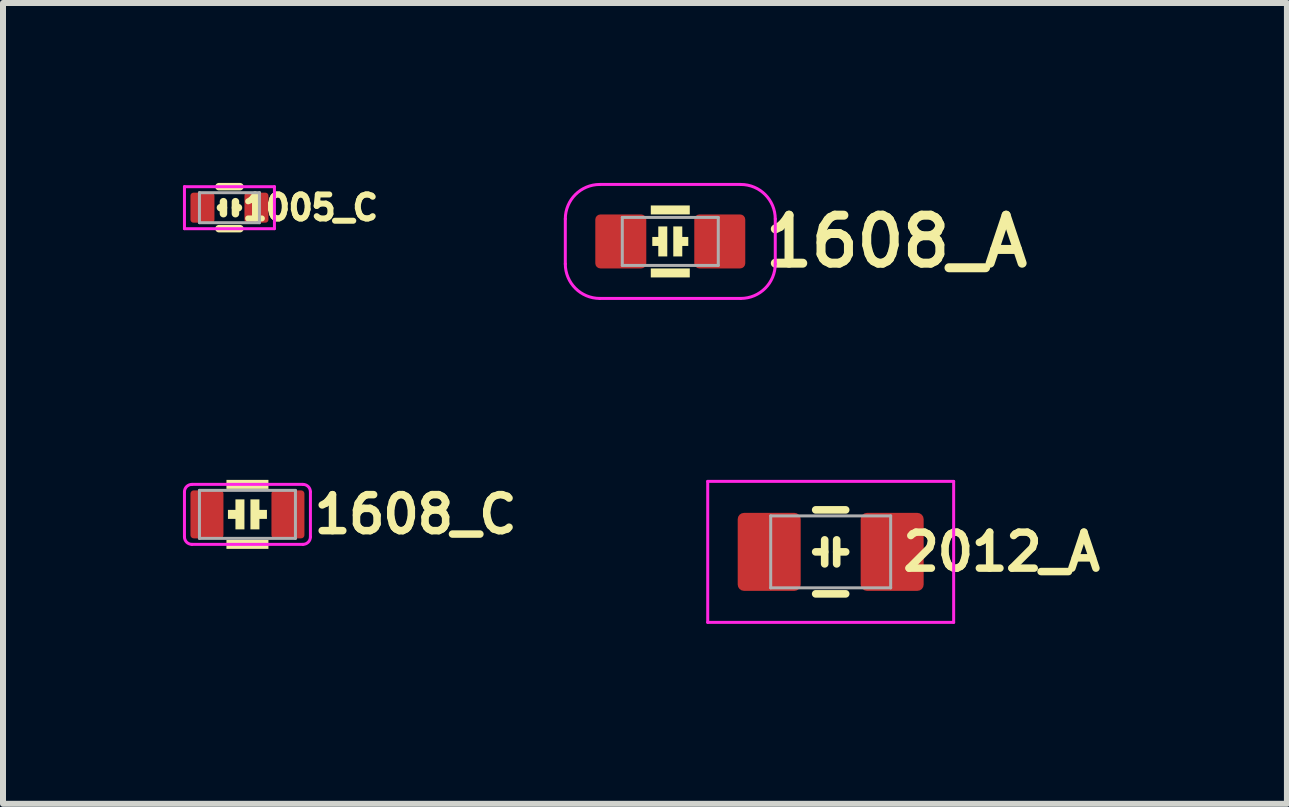
<source format=kicad_pcb>
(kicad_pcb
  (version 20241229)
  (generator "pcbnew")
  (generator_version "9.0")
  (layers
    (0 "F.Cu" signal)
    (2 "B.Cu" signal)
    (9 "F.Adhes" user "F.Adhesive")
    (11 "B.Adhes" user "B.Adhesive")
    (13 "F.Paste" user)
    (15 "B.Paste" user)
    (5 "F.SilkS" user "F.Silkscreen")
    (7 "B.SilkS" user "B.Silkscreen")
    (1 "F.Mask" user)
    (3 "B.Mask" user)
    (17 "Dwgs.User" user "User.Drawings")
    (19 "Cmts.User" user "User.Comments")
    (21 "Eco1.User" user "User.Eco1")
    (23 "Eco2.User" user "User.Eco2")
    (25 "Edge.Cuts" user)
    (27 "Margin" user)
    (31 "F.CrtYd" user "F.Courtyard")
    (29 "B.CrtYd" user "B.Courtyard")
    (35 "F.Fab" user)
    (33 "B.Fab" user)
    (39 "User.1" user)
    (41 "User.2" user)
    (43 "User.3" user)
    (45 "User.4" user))
  (footprint "1608_A"
    (layer "F.Cu")
    (at 8.124 0.975)
    (property "Reference" "1608_A" (at 1.5 0 0) (layer "F.SilkS") (effects (font (size 0.8 0.8) (thickness 0.15)) (justify left)))
    (attr smd)
    (fp_poly (pts (xy 0.325 -0.45) (xy -0.325 -0.45) (xy -0.325 -0.6) (xy 0.325 -0.6)) (stroke (width 0) (type solid)) (fill yes) (layer "F.SilkS"))
    (fp_poly (pts (xy 0.325 0.6) (xy -0.325 0.6) (xy -0.325 0.45) (xy 0.325 0.45)) (stroke (width 0) (type solid)) (fill yes) (layer "F.SilkS"))
    (fp_poly (pts (xy -0.2 0.075) (xy -0.3 0.075) (xy -0.3 -0.075) (xy -0.2 -0.075) (xy -0.2 -0.25) (xy -0.05 -0.25) (xy -0.05 0.25) (xy -0.2 0.25)) (stroke (width 0) (type solid)) (fill yes) (layer "F.SilkS"))
    (fp_poly (pts (xy 0.2 -0.075) (xy 0.3 -0.075) (xy 0.3 0.075) (xy 0.2 0.075) (xy 0.2 0.25) (xy 0.05 0.25) (xy 0.05 -0.25) (xy 0.2 -0.25)) (stroke (width 0) (type solid)) (fill yes) (layer "F.SilkS"))
    (fp_line (start -1.75 0.375) (end -1.75 -0.375) (stroke (width 0.05) (type solid)) (layer "F.CrtYd"))
    (fp_line (start -1.175 -0.95) (end 1.175 -0.95) (stroke (width 0.05) (type solid)) (layer "F.CrtYd"))
    (fp_line (start 1.175 0.95) (end -1.175 0.95) (stroke (width 0.05) (type solid)) (layer "F.CrtYd"))
    (fp_line (start 1.75 -0.375) (end 1.75 0.375) (stroke (width 0.05) (type solid)) (layer "F.CrtYd"))
    (fp_arc (start -1.75 -0.375) (mid -1.581586 -0.781586) (end -1.175 -0.95) (stroke (width 0.05) (type solid)) (layer "F.CrtYd"))
    (fp_arc (start -1.175 0.95) (mid -1.581586 0.781586) (end -1.75 0.375) (stroke (width 0.05) (type solid)) (layer "F.CrtYd"))
    (fp_arc (start 1.175 -0.95) (mid 1.581586 -0.781586) (end 1.75 -0.375) (stroke (width 0.05) (type solid)) (layer "F.CrtYd"))
    (fp_arc (start 1.75 0.375) (mid 1.581586 0.781586) (end 1.175 0.95) (stroke (width 0.05) (type solid)) (layer "F.CrtYd"))
    (fp_line (start -0.8 -0.4) (end 0.8 -0.4) (stroke (width 0.05) (type solid)) (layer "F.Fab"))
    (fp_line (start -0.8 0.4) (end -0.8 -0.4) (stroke (width 0.05) (type solid)) (layer "F.Fab"))
    (fp_line (start 0.8 -0.4) (end 0.8 0.4) (stroke (width 0.05) (type solid)) (layer "F.Fab"))
    (fp_line (start 0.8 0.4) (end -0.8 0.4) (stroke (width 0.05) (type solid)) (layer "F.Fab"))
    (pad "1" smd roundrect (at -0.825 0) (size 0.85 0.9) (layers "F.Cu" "F.Mask" "F.Paste") (roundrect_rratio 0.1))
    (pad "2" smd roundrect (at 0.825 0) (size 0.85 0.9) (layers "F.Cu" "F.Mask" "F.Paste") (roundrect_rratio 0.1)))
  (footprint "2012_A"
    (layer "F.Cu")
    (at 10.798 6.15)
    (property "Reference" "2012_A" (at 2.85 0 0) (layer "F.SilkS") (effects (font (size 0.6 0.6) (thickness 0.125))))
    (attr smd)
    (fp_line (start -0.25 -0.7) (end 0.25 -0.7) (stroke (width 0.127) (type solid)) (layer "F.SilkS"))
    (fp_line (start -0.25 0.7) (end 0.25 0.7) (stroke (width 0.127) (type solid)) (layer "F.SilkS"))
    (fp_line (start -0.1 -0.2) (end -0.1 0.2) (stroke (width 0.127) (type solid)) (layer "F.SilkS"))
    (fp_line (start -0.1 0) (end -0.25 0) (stroke (width 0.127) (type solid)) (layer "F.SilkS"))
    (fp_line (start 0.1 -0.2) (end 0.1 0.2) (stroke (width 0.127) (type solid)) (layer "F.SilkS"))
    (fp_line (start 0.1 0) (end 0.25 0) (stroke (width 0.127) (type solid)) (layer "F.SilkS"))
    (fp_line (start -2.05 -1.175) (end 2.05 -1.175) (stroke (width 0.05) (type solid)) (layer "F.CrtYd"))
    (fp_line (start -2.05 1.175) (end -2.05 -1.175) (stroke (width 0.05) (type solid)) (layer "F.CrtYd"))
    (fp_line (start 2.05 -1.175) (end 2.05 1.175) (stroke (width 0.05) (type solid)) (layer "F.CrtYd"))
    (fp_line (start 2.05 1.175) (end -2.05 1.175) (stroke (width 0.05) (type solid)) (layer "F.CrtYd"))
    (fp_line (start -1 -0.6) (end 1 -0.6) (stroke (width 0.05) (type solid)) (layer "F.Fab"))
    (fp_line (start -1 0.6) (end -1 -0.6) (stroke (width 0.05) (type solid)) (layer "F.Fab"))
    (fp_line (start 1 -0.6) (end 1 0.6) (stroke (width 0.05) (type solid)) (layer "F.Fab"))
    (fp_line (start 1 0.6) (end -1 0.6) (stroke (width 0.05) (type solid)) (layer "F.Fab"))
    (pad "1" smd roundrect (at -1.025 0) (size 1.05 1.3) (layers "F.Cu" "F.Mask" "F.Paste") (roundrect_rratio 0.1))
    (pad "2" smd roundrect (at 1.025 0) (size 1.05 1.3) (layers "F.Cu" "F.Mask" "F.Paste") (roundrect_rratio 0.1)))
  (footprint "1005_C"
    (layer "F.Cu")
    (at 0.775 0.412)
    (property "Reference" "1005_C" (at 1.35 0 0) (layer "F.SilkS") (effects (font (size 0.4 0.4) (thickness 0.1))))
    (attr smd)
    (fp_line (start -0.175 -0.35) (end 0.175 -0.35) (stroke (width 0.125) (type solid)) (layer "F.SilkS"))
    (fp_line (start -0.175 0.35) (end 0.175 0.35) (stroke (width 0.125) (type solid)) (layer "F.SilkS"))
    (fp_line (start -0.15 0) (end -0.1 0) (stroke (width 0.125) (type solid)) (layer "F.SilkS"))
    (fp_line (start -0.1 0.1) (end -0.1 -0.1) (stroke (width 0.125) (type solid)) (layer "F.SilkS"))
    (fp_line (start 0.1 -0.1) (end 0.1 0.1) (stroke (width 0.125) (type solid)) (layer "F.SilkS"))
    (fp_line (start 0.15 0) (end 0.1 0) (stroke (width 0.125) (type solid)) (layer "F.SilkS"))
    (fp_line (start -0.75 -0.35) (end 0.75 -0.35) (stroke (width 0.05) (type solid)) (layer "F.CrtYd"))
    (fp_line (start -0.75 0.35) (end -0.75 -0.35) (stroke (width 0.05) (type solid)) (layer "F.CrtYd"))
    (fp_line (start 0.75 -0.35) (end 0.75 0.35) (stroke (width 0.05) (type solid)) (layer "F.CrtYd"))
    (fp_line (start 0.75 0.35) (end -0.75 0.35) (stroke (width 0.05) (type solid)) (layer "F.CrtYd"))
    (fp_line (start -0.5 -0.25) (end 0.5 -0.25) (stroke (width 0.05) (type solid)) (layer "F.Fab"))
    (fp_line (start -0.5 0.25) (end -0.5 -0.25) (stroke (width 0.05) (type solid)) (layer "F.Fab"))
    (fp_line (start 0.5 -0.25) (end 0.5 0.25) (stroke (width 0.05) (type solid)) (layer "F.Fab"))
    (fp_line (start 0.5 0.25) (end -0.5 0.25) (stroke (width 0.05) (type solid)) (layer "F.Fab"))
    (pad "1" smd roundrect (at -0.45 0) (size 0.4 0.5) (layers "F.Cu" "F.Mask" "F.Paste") (roundrect_rratio 0.125))
    (pad "2" smd roundrect (at 0.45 0) (size 0.4 0.5) (layers "F.Cu" "F.Mask" "F.Paste") (roundrect_rratio 0.125)))
  (footprint "1608_C"
    (layer "F.Cu")
    (at 1.075 5.525)
    (property "Reference" "1608_C" (at 1.05 0 0) (layer "F.SilkS") (effects (font (size 0.6 0.6) (thickness 0.125)) (justify left)))
    (attr smd)
    (fp_poly (pts (xy 0.35 -0.425) (xy -0.35 -0.425) (xy -0.35 -0.575) (xy 0.35 -0.575)) (stroke (width 0) (type solid)) (fill yes) (layer "F.SilkS"))
    (fp_poly (pts (xy 0.35 0.575) (xy -0.35 0.575) (xy -0.35 0.425) (xy 0.35 0.425)) (stroke (width 0) (type solid)) (fill yes) (layer "F.SilkS"))
    (fp_poly (pts (xy -0.2 0.075) (xy -0.325 0.075) (xy -0.325 -0.075) (xy -0.2 -0.075) (xy -0.2 -0.25) (xy -0.05 -0.25) (xy -0.05 0.25) (xy -0.2 0.25)) (stroke (width 0) (type solid)) (fill yes) (layer "F.SilkS"))
    (fp_poly (pts (xy 0.2 -0.075) (xy 0.325 -0.075) (xy 0.325 0.075) (xy 0.2 0.075) (xy 0.2 0.25) (xy 0.05 0.25) (xy 0.05 -0.25) (xy 0.2 -0.25)) (stroke (width 0) (type solid)) (fill yes) (layer "F.SilkS"))
    (fp_line (start -1.05 0.375) (end -1.05 -0.375) (stroke (width 0.05) (type solid)) (layer "F.CrtYd"))
    (fp_line (start -0.925 -0.5) (end 0.925 -0.5) (stroke (width 0.05) (type solid)) (layer "F.CrtYd"))
    (fp_line (start 0.925 0.5) (end -0.925 0.5) (stroke (width 0.05) (type solid)) (layer "F.CrtYd"))
    (fp_line (start 1.05 -0.375) (end 1.05 0.375) (stroke (width 0.05) (type solid)) (layer "F.CrtYd"))
    (fp_arc (start -1.05 -0.375) (mid -1.013388 -0.463388) (end -0.925 -0.5) (stroke (width 0.05) (type solid)) (layer "F.CrtYd"))
    (fp_arc (start -0.925 0.5) (mid -1.013388 0.463388) (end -1.05 0.375) (stroke (width 0.05) (type solid)) (layer "F.CrtYd"))
    (fp_arc (start 0.925 -0.5) (mid 1.013388 -0.463388) (end 1.05 -0.375) (stroke (width 0.05) (type solid)) (layer "F.CrtYd"))
    (fp_arc (start 1.05 0.375) (mid 1.013388 0.463388) (end 0.925 0.5) (stroke (width 0.05) (type solid)) (layer "F.CrtYd"))
    (fp_line (start -0.8 -0.4) (end 0.8 -0.4) (stroke (width 0.05) (type solid)) (layer "F.Fab"))
    (fp_line (start -0.8 0.4) (end -0.8 -0.4) (stroke (width 0.05) (type solid)) (layer "F.Fab"))
    (fp_line (start 0.8 -0.4) (end 0.8 0.4) (stroke (width 0.05) (type solid)) (layer "F.Fab"))
    (fp_line (start 0.8 0.4) (end -0.8 0.4) (stroke (width 0.05) (type solid)) (layer "F.Fab"))
    (pad "1" smd roundrect (at -0.675 0) (size 0.55 0.8) (layers "F.Cu" "F.Mask" "F.Paste") (roundrect_rratio 0.1))
    (pad "2" smd roundrect (at 0.675 0) (size 0.55 0.8) (layers "F.Cu" "F.Mask" "F.Paste") (roundrect_rratio 0.1)))
  (gr_rect
    (start -3 -3)
    (end 18.404 10.35)
    (stroke (width 0.1) (type default))
    (fill no)
    (layer "Edge.Cuts")))
</source>
